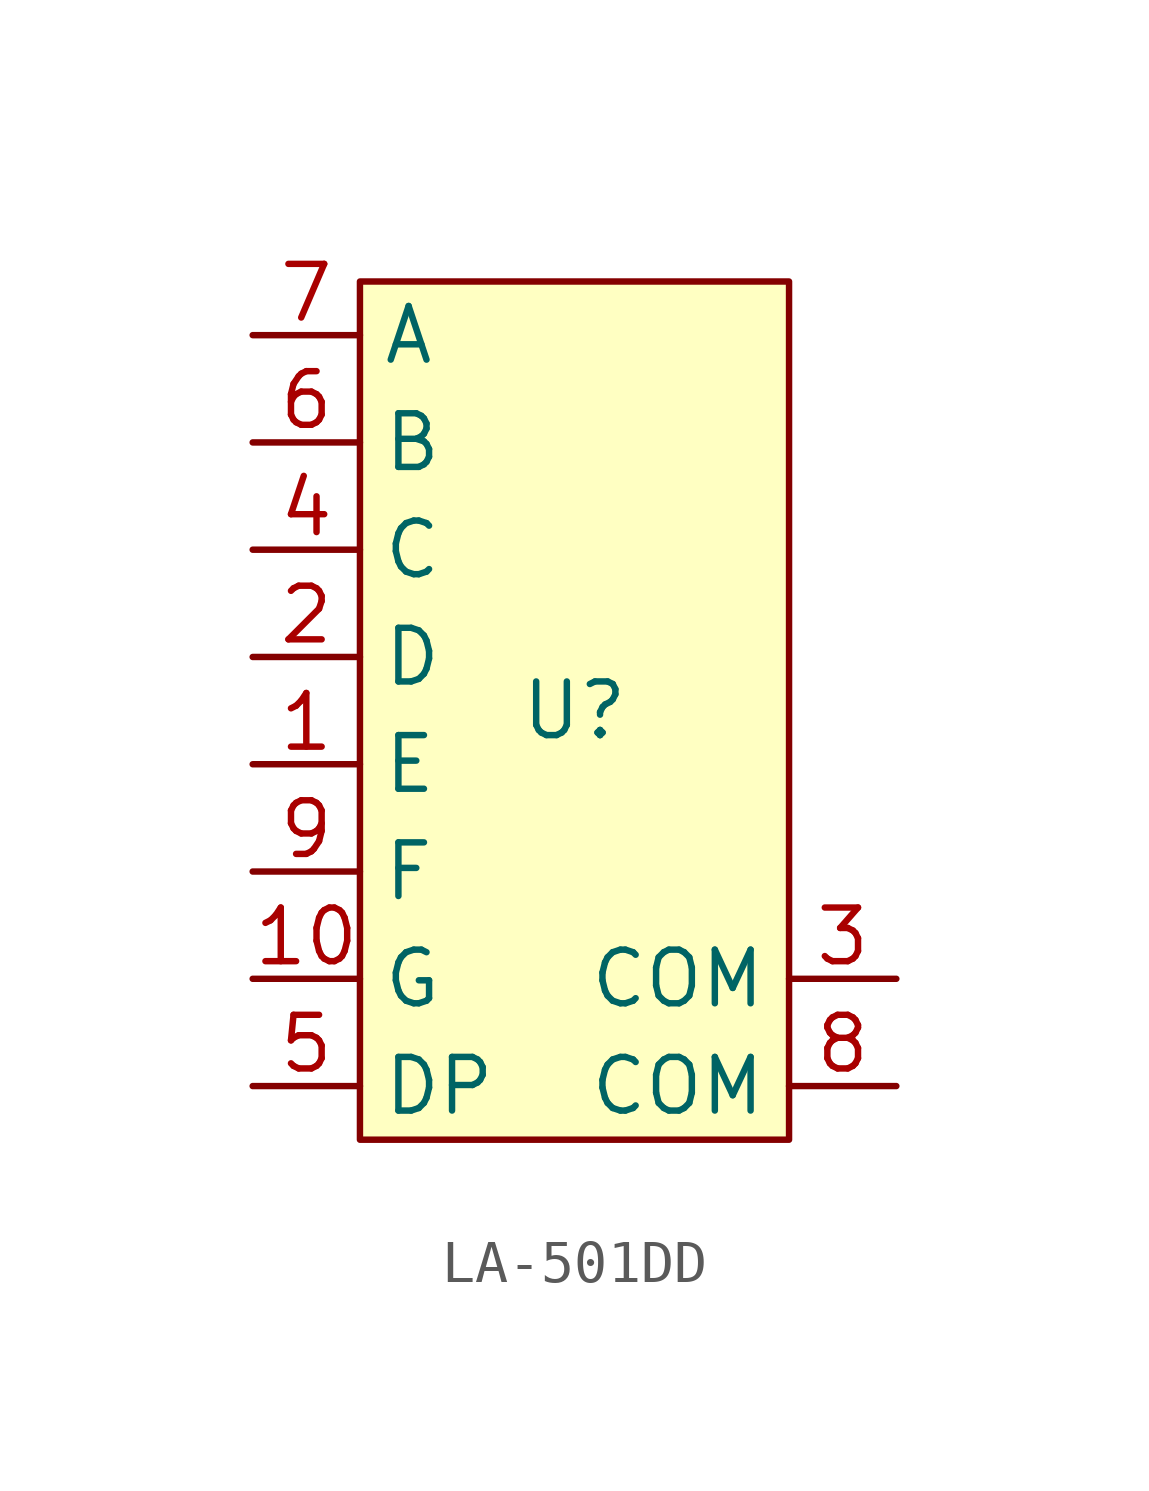
<source format=kicad_sym>
(kicad_symbol_lib
  (version 20241209)
  (generator "kicad_symbol_editor")
  (generator_version "9.0")
  (symbol "LA-501DD"
    (property "Reference" "U"
      (at 0 0 0)
      (effects (font (size 1.27 1.27))))
    (property "Value" ""
      (at 0 5.08 0)
      (effects (font (size 1.27 1.27))))
    (symbol "LA-501DD_1_1"
      (rectangle (start -5.08 10.16) (end 5.08 -10.16) (stroke (width 0) (type default)) (fill (type background)))
      (pin power_in line (at -7.62 8.89 0) (length 2.54) (name "A" (effects (font (size 1.27 1.27)))) (number "7" (effects (font (size 1.27 1.27)))))
      (pin power_in line (at -7.62 6.35 0) (length 2.54) (name "B" (effects (font (size 1.27 1.27)))) (number "6" (effects (font (size 1.27 1.27)))))
      (pin power_in line (at -7.62 3.81 0) (length 2.54) (name "C" (effects (font (size 1.27 1.27)))) (number "4" (effects (font (size 1.27 1.27)))))
      (pin power_in line (at -7.62 1.27 0) (length 2.54) (name "D" (effects (font (size 1.27 1.27)))) (number "2" (effects (font (size 1.27 1.27)))))
      (pin power_in line (at -7.62 -1.27 0) (length 2.54) (name "E" (effects (font (size 1.27 1.27)))) (number "1" (effects (font (size 1.27 1.27)))))
      (pin power_in line (at -7.62 -3.81 0) (length 2.54) (name "F" (effects (font (size 1.27 1.27)))) (number "9" (effects (font (size 1.27 1.27)))))
      (pin power_in line (at -7.62 -6.35 0) (length 2.54) (name "G" (effects (font (size 1.27 1.27)))) (number "10" (effects (font (size 1.27 1.27)))))
      (pin power_in line (at -7.62 -8.89 0) (length 2.54) (name "DP" (effects (font (size 1.27 1.27)))) (number "5" (effects (font (size 1.27 1.27)))))
      (pin power_in line (at 7.62 -6.35 180) (length 2.54) (name "COM" (effects (font (size 1.27 1.27)))) (number "3" (effects (font (size 1.27 1.27)))))
      (pin power_in line (at 7.62 -8.89 180) (length 2.54) (name "COM" (effects (font (size 1.27 1.27)))) (number "8" (effects (font (size 1.27 1.27))))))))
</source>
